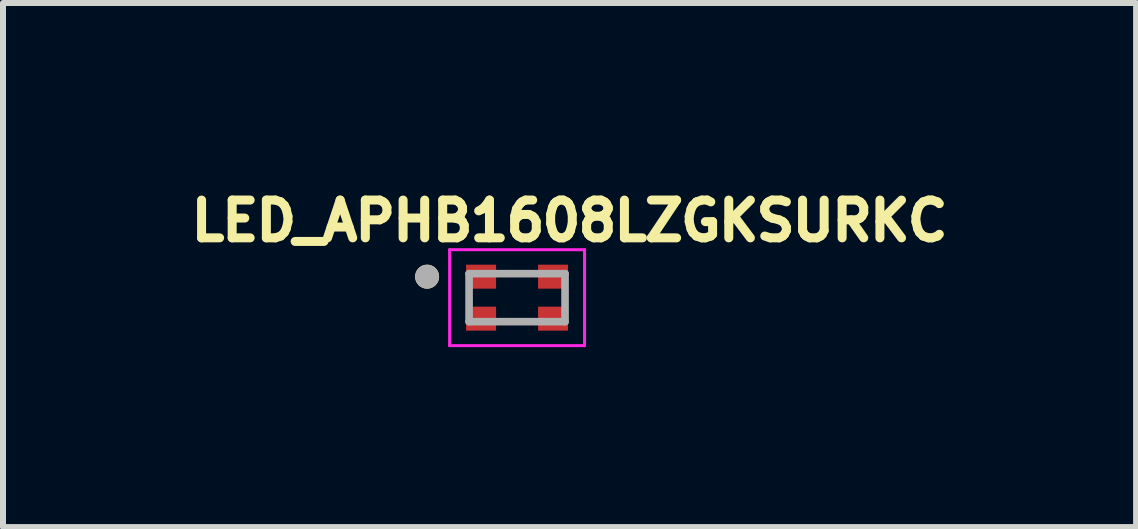
<source format=kicad_pcb>
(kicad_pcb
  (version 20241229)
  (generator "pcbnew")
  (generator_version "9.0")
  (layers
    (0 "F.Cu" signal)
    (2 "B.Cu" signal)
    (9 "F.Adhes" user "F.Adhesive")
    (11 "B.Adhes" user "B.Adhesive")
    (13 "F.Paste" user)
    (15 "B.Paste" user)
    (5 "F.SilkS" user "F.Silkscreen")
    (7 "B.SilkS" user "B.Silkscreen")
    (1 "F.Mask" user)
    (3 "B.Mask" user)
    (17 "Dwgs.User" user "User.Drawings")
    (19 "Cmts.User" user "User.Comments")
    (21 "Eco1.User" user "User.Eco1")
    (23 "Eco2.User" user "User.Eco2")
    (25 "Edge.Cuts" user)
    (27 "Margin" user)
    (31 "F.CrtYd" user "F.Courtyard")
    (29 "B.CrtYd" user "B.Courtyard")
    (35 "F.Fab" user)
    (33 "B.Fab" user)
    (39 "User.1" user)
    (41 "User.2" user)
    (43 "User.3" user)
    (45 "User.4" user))
  (footprint "LED_APHB1608LZGKSURKC"
    (layer "F.Cu")
    (at 5.571 1.913)
    (property "Reference" "LED_APHB1608LZGKSURKC" (at 0.875 -1.281 0) (layer "F.SilkS") (effects (font (size 0.63 0.63) (thickness 0.15))))
    (attr through_hole)
    (fp_circle (center -1.5 -0.35) (end -1.4 -0.35) (stroke (width 0.2) (type solid)) (fill no) (layer "F.SilkS"))
    (fp_line (start -1.125 -0.8) (end 1.125 -0.8) (stroke (width 0.05) (type solid)) (layer "F.CrtYd"))
    (fp_line (start -1.125 0.8) (end -1.125 -0.8) (stroke (width 0.05) (type solid)) (layer "F.CrtYd"))
    (fp_line (start 1.125 -0.8) (end 1.125 0.8) (stroke (width 0.05) (type solid)) (layer "F.CrtYd"))
    (fp_line (start 1.125 0.8) (end -1.125 0.8) (stroke (width 0.05) (type solid)) (layer "F.CrtYd"))
    (fp_line (start -0.8 -0.4) (end 0.8 -0.4) (stroke (width 0.127) (type solid)) (layer "F.Fab"))
    (fp_line (start -0.8 0.4) (end -0.8 -0.4) (stroke (width 0.127) (type solid)) (layer "F.Fab"))
    (fp_line (start 0.8 -0.4) (end 0.8 0.4) (stroke (width 0.127) (type solid)) (layer "F.Fab"))
    (fp_line (start 0.8 0.4) (end -0.8 0.4) (stroke (width 0.127) (type solid)) (layer "F.Fab"))
    (fp_circle (center -1.5 -0.35) (end -1.4 -0.35) (stroke (width 0.2) (type solid)) (fill no) (layer "F.Fab"))
    (pad "1" smd rect (at -0.6 -0.35) (size 0.5 0.4) (layers "F.Cu" "F.Mask" "F.Paste"))
    (pad "2" smd rect (at 0.6 -0.35) (size 0.5 0.4) (layers "F.Cu" "F.Mask" "F.Paste"))
    (pad "3" smd rect (at -0.6 0.35) (size 0.5 0.4) (layers "F.Cu" "F.Mask" "F.Paste"))
    (pad "4" smd rect (at 0.6 0.35) (size 0.5 0.4) (layers "F.Cu" "F.Mask" "F.Paste")))
  (gr_rect
    (start -3 -3)
    (end 15.892 5.738)
    (stroke (width 0.1) (type default))
    (fill no)
    (layer "Edge.Cuts")))
</source>
